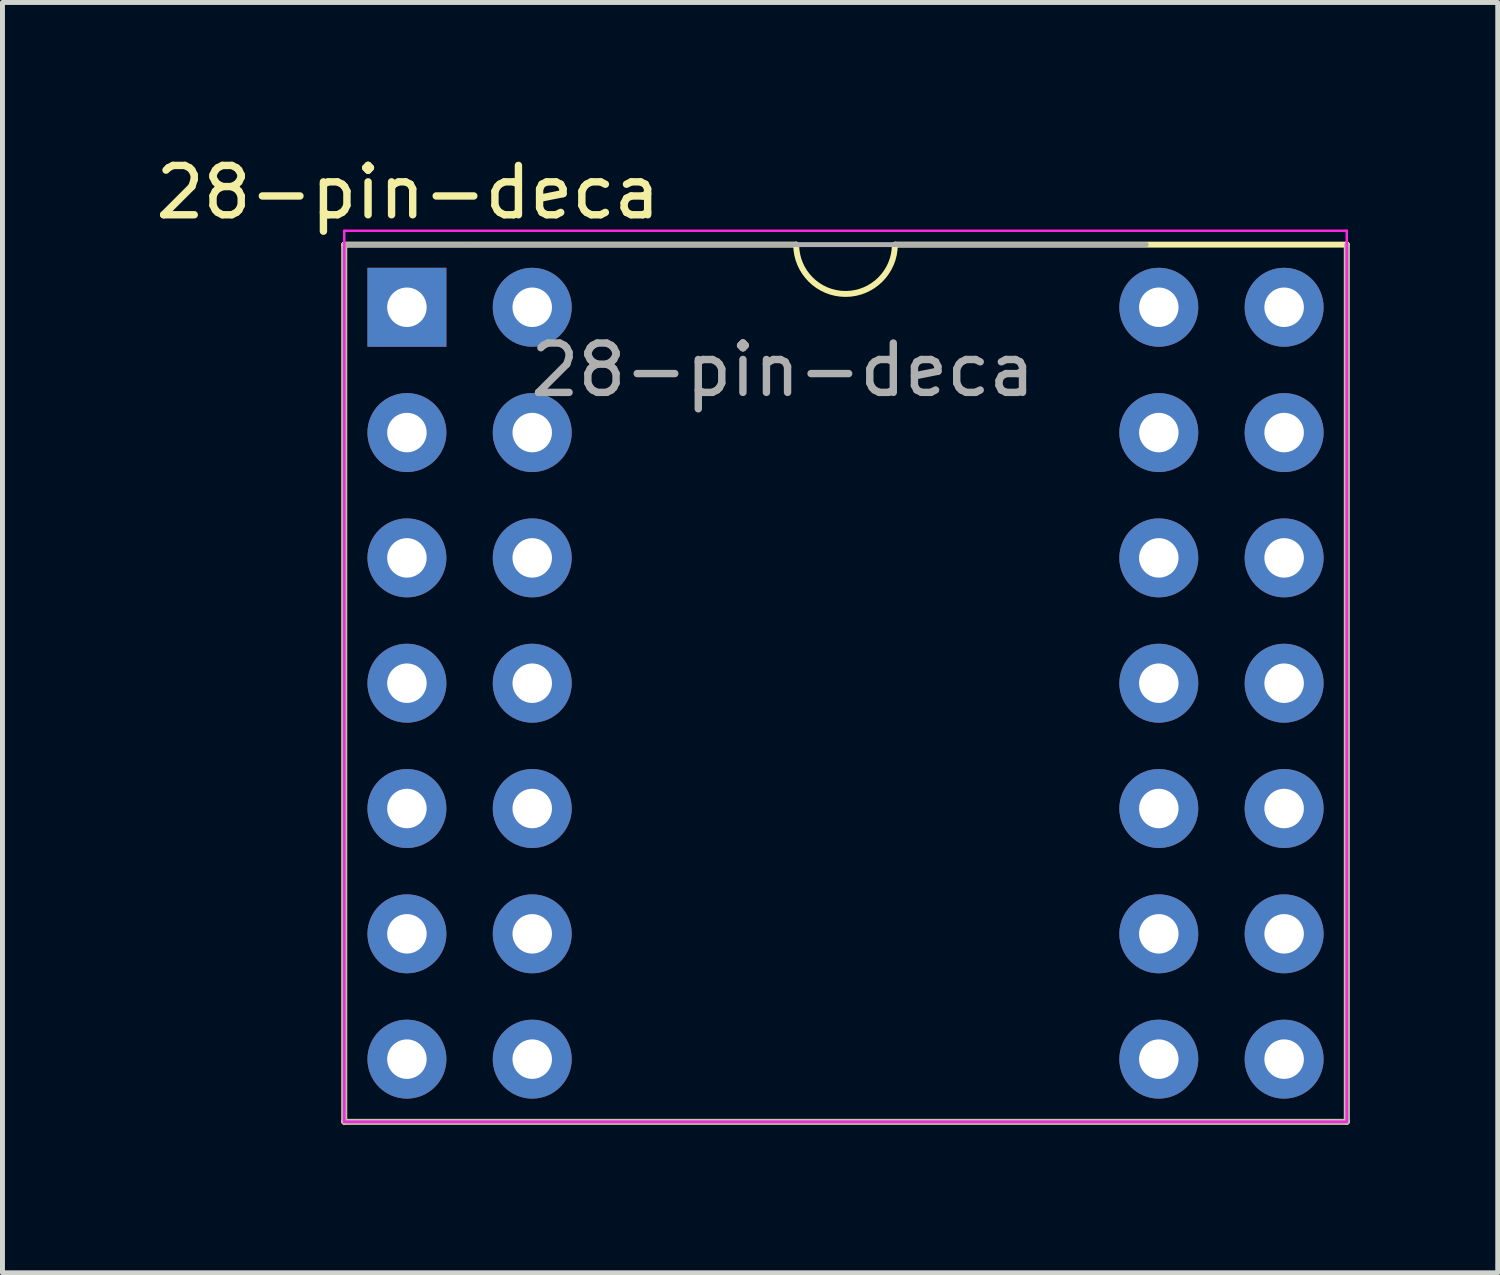
<source format=kicad_pcb>
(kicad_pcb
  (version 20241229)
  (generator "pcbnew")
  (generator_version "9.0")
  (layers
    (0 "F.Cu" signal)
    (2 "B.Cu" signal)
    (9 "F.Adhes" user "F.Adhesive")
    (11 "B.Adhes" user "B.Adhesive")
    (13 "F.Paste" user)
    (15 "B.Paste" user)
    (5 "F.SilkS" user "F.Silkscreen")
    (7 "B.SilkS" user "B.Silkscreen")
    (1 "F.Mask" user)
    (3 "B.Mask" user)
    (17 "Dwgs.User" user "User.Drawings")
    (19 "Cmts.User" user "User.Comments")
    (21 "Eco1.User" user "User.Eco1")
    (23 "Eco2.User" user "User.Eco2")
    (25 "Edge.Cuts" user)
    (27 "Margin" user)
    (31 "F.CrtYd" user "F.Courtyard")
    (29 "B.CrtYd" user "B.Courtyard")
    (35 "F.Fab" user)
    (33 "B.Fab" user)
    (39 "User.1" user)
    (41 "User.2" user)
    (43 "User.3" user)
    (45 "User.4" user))
  (footprint "28-pin-deca"
    (layer "F.Cu")
    (at 5.198 3.178)
    (property "Reference" "28-pin-deca" (at 0.022 -2.33 180) (layer "F.SilkS") (effects (font (size 1 1) (thickness 0.15))))
    (attr through_hole)
    (fp_line (start -1.27 -1.27) (end -1.27 16.51) (stroke (width 0.12) (type solid)) (layer "F.SilkS"))
    (fp_line (start -1.27 16.51) (end 19.05 16.51) (stroke (width 0.12) (type solid)) (layer "F.SilkS"))
    (fp_line (start 7.89 -1.27) (end -1.27 -1.27) (stroke (width 0.12) (type solid)) (layer "F.SilkS"))
    (fp_line (start 19.05 -1.27) (end 9.906 -1.27) (stroke (width 0.12) (type solid)) (layer "F.SilkS"))
    (fp_line (start 19.05 16.51) (end 19.05 -1.27) (stroke (width 0.12) (type solid)) (layer "F.SilkS"))
    (fp_arc (start 9.89 -1.27) (mid 8.89 -0.27) (end 7.89 -1.27) (stroke (width 0.12) (type solid)) (layer "F.SilkS"))
    (fp_line (start -1.27 -1.55) (end -1.27 16.51) (stroke (width 0.05) (type solid)) (layer "F.CrtYd"))
    (fp_line (start -1.27 16.51) (end 19.05 16.51) (stroke (width 0.05) (type solid)) (layer "F.CrtYd"))
    (fp_line (start 19.05 -1.55) (end -1.27 -1.55) (stroke (width 0.05) (type solid)) (layer "F.CrtYd"))
    (fp_line (start 19.05 16.51) (end 19.05 -1.55) (stroke (width 0.05) (type solid)) (layer "F.CrtYd"))
    (fp_line (start -1.27 -1.27) (end 1.255 -1.27) (stroke (width 0.1) (type solid)) (layer "F.Fab"))
    (fp_line (start -1.27 16.51) (end -1.27 -1.27) (stroke (width 0.1) (type solid)) (layer "F.Fab"))
    (fp_line (start 1.255 -1.27) (end 14.985 -1.27) (stroke (width 0.1) (type solid)) (layer "F.Fab"))
    (fp_line (start 19.05 -1.27) (end 19.05 16.51) (stroke (width 0.1) (type solid)) (layer "F.Fab"))
    (fp_line (start 19.05 16.51) (end -1.27 16.51) (stroke (width 0.1) (type solid)) (layer "F.Fab"))
    (fp_text user "${REFERENCE}" (at 7.62 1.27 180) (layer "F.Fab") (effects (font (size 1 1) (thickness 0.15))))
    (pad "1" thru_hole rect (at 0 0) (size 1.6 1.6) (drill 0.8) (layers "*.Cu" "*.Mask"))
    (pad "2" thru_hole oval (at 2.54 0) (size 1.6 1.6) (drill 0.8) (layers "*.Cu" "*.Mask"))
    (pad "3" thru_hole oval (at 0 2.54) (size 1.6 1.6) (drill 0.8) (layers "*.Cu" "*.Mask"))
    (pad "4" thru_hole oval (at 2.54 2.54) (size 1.6 1.6) (drill 0.8) (layers "*.Cu" "*.Mask"))
    (pad "5" thru_hole oval (at 0 5.08) (size 1.6 1.6) (drill 0.8) (layers "*.Cu" "*.Mask"))
    (pad "6" thru_hole oval (at 2.54 5.08) (size 1.6 1.6) (drill 0.8) (layers "*.Cu" "*.Mask"))
    (pad "7" thru_hole oval (at 0 7.62) (size 1.6 1.6) (drill 0.8) (layers "*.Cu" "*.Mask"))
    (pad "8" thru_hole oval (at 2.54 7.62) (size 1.6 1.6) (drill 0.8) (layers "*.Cu" "*.Mask"))
    (pad "9" thru_hole oval (at 0 10.16) (size 1.6 1.6) (drill 0.8) (layers "*.Cu" "*.Mask"))
    (pad "10" thru_hole oval (at 2.54 10.16) (size 1.6 1.6) (drill 0.8) (layers "*.Cu" "*.Mask"))
    (pad "11" thru_hole oval (at 0 12.7) (size 1.6 1.6) (drill 0.8) (layers "*.Cu" "*.Mask"))
    (pad "12" thru_hole oval (at 2.54 12.7) (size 1.6 1.6) (drill 0.8) (layers "*.Cu" "*.Mask"))
    (pad "13" thru_hole oval (at 0 15.24) (size 1.6 1.6) (drill 0.8) (layers "*.Cu" "*.Mask"))
    (pad "14" thru_hole oval (at 2.54 15.24) (size 1.6 1.6) (drill 0.8) (layers "*.Cu" "*.Mask"))
    (pad "15" thru_hole oval (at 15.24 15.24) (size 1.6 1.6) (drill 0.8) (layers "*.Cu" "*.Mask"))
    (pad "16" thru_hole oval (at 17.78 15.24) (size 1.6 1.6) (drill 0.8) (layers "*.Cu" "*.Mask"))
    (pad "17" thru_hole oval (at 15.24 12.7) (size 1.6 1.6) (drill 0.8) (layers "*.Cu" "*.Mask"))
    (pad "18" thru_hole oval (at 17.78 12.7) (size 1.6 1.6) (drill 0.8) (layers "*.Cu" "*.Mask"))
    (pad "19" thru_hole oval (at 15.24 10.16) (size 1.6 1.6) (drill 0.8) (layers "*.Cu" "*.Mask"))
    (pad "20" thru_hole oval (at 17.78 10.16) (size 1.6 1.6) (drill 0.8) (layers "*.Cu" "*.Mask"))
    (pad "21" thru_hole oval (at 15.24 7.62) (size 1.6 1.6) (drill 0.8) (layers "*.Cu" "*.Mask"))
    (pad "22" thru_hole oval (at 17.78 7.62) (size 1.6 1.6) (drill 0.8) (layers "*.Cu" "*.Mask"))
    (pad "23" thru_hole oval (at 15.24 5.08) (size 1.6 1.6) (drill 0.8) (layers "*.Cu" "*.Mask"))
    (pad "24" thru_hole oval (at 17.78 5.08) (size 1.6 1.6) (drill 0.8) (layers "*.Cu" "*.Mask"))
    (pad "25" thru_hole oval (at 15.24 2.54) (size 1.6 1.6) (drill 0.8) (layers "*.Cu" "*.Mask"))
    (pad "26" thru_hole oval (at 17.78 2.54) (size 1.6 1.6) (drill 0.8) (layers "*.Cu" "*.Mask"))
    (pad "27" thru_hole oval (at 15.24 0) (size 1.6 1.6) (drill 0.8) (layers "*.Cu" "*.Mask"))
    (pad "28" thru_hole oval (at 17.78 0) (size 1.6 1.6) (drill 0.8) (layers "*.Cu" "*.Mask")))
  (gr_rect
    (start -3 -3)
    (end 27.308 22.748)
    (stroke (width 0.1) (type default))
    (fill no)
    (layer "Edge.Cuts")))
</source>
